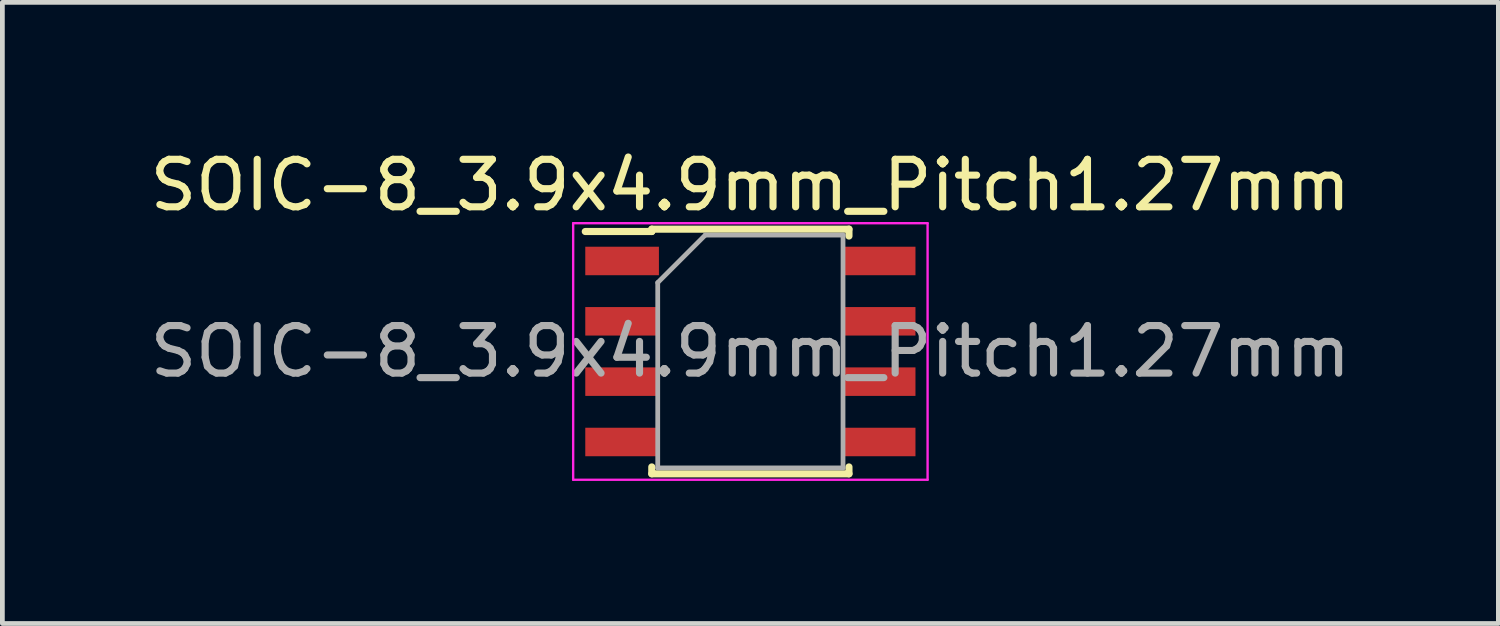
<source format=kicad_pcb>
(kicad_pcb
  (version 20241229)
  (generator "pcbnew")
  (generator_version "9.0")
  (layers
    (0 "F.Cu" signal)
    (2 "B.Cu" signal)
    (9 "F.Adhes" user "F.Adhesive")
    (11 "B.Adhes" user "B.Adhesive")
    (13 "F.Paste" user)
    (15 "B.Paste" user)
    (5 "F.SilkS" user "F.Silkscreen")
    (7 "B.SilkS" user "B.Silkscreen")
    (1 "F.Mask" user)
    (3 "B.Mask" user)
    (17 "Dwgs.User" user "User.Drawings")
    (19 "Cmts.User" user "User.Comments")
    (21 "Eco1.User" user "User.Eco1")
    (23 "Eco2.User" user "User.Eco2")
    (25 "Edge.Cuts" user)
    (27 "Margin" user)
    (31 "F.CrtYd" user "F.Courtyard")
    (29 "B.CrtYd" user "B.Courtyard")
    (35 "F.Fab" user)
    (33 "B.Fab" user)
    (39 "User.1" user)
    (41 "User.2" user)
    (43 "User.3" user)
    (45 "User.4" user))
  (footprint "SOIC-8_3.9x4.9mm_Pitch1.27mm"
    (layer "F.Cu")
    (at 12.744 4.348)
    (property "Reference" "SOIC-8_3.9x4.9mm_Pitch1.27mm" (at 0 -3.5 0) (layer "F.SilkS") (effects (font (size 1 1) (thickness 0.15))))
    (attr smd)
    (fp_line (start -2.075 -2.575) (end -2.075 -2.525) (stroke (width 0.15) (type solid)) (layer "F.SilkS"))
    (fp_line (start -2.075 -2.575) (end 2.075 -2.575) (stroke (width 0.15) (type solid)) (layer "F.SilkS"))
    (fp_line (start -2.075 -2.525) (end -3.475 -2.525) (stroke (width 0.15) (type solid)) (layer "F.SilkS"))
    (fp_line (start -2.075 2.575) (end -2.075 2.43) (stroke (width 0.15) (type solid)) (layer "F.SilkS"))
    (fp_line (start -2.075 2.575) (end 2.075 2.575) (stroke (width 0.15) (type solid)) (layer "F.SilkS"))
    (fp_line (start 2.075 -2.575) (end 2.075 -2.43) (stroke (width 0.15) (type solid)) (layer "F.SilkS"))
    (fp_line (start 2.075 2.575) (end 2.075 2.43) (stroke (width 0.15) (type solid)) (layer "F.SilkS"))
    (fp_line (start -3.73 -2.7) (end -3.73 2.7) (stroke (width 0.05) (type solid)) (layer "F.CrtYd"))
    (fp_line (start -3.73 -2.7) (end 3.73 -2.7) (stroke (width 0.05) (type solid)) (layer "F.CrtYd"))
    (fp_line (start -3.73 2.7) (end 3.73 2.7) (stroke (width 0.05) (type solid)) (layer "F.CrtYd"))
    (fp_line (start 3.73 -2.7) (end 3.73 2.7) (stroke (width 0.05) (type solid)) (layer "F.CrtYd"))
    (fp_line (start -1.95 -1.45) (end -0.95 -2.45) (stroke (width 0.1) (type solid)) (layer "F.Fab"))
    (fp_line (start -1.95 2.45) (end -1.95 -1.45) (stroke (width 0.1) (type solid)) (layer "F.Fab"))
    (fp_line (start -0.95 -2.45) (end 1.95 -2.45) (stroke (width 0.1) (type solid)) (layer "F.Fab"))
    (fp_line (start 1.95 -2.45) (end 1.95 2.45) (stroke (width 0.1) (type solid)) (layer "F.Fab"))
    (fp_line (start 1.95 2.45) (end -1.95 2.45) (stroke (width 0.1) (type solid)) (layer "F.Fab"))
    (fp_text user "${REFERENCE}" (at 0 0 0) (layer "F.Fab") (effects (font (size 1 1) (thickness 0.15))))
    (pad "1" smd rect (at -2.7 -1.905) (size 1.55 0.6) (layers "F.Cu" "F.Mask" "F.Paste"))
    (pad "2" smd rect (at -2.7 -0.635) (size 1.55 0.6) (layers "F.Cu" "F.Mask" "F.Paste"))
    (pad "3" smd rect (at -2.7 0.635) (size 1.55 0.6) (layers "F.Cu" "F.Mask" "F.Paste"))
    (pad "4" smd rect (at -2.7 1.905) (size 1.55 0.6) (layers "F.Cu" "F.Mask" "F.Paste"))
    (pad "5" smd rect (at 2.7 1.905) (size 1.55 0.6) (layers "F.Cu" "F.Mask" "F.Paste"))
    (pad "6" smd rect (at 2.7 0.635) (size 1.55 0.6) (layers "F.Cu" "F.Mask" "F.Paste"))
    (pad "7" smd rect (at 2.7 -0.635) (size 1.55 0.6) (layers "F.Cu" "F.Mask" "F.Paste"))
    (pad "8" smd rect (at 2.7 -1.905) (size 1.55 0.6) (layers "F.Cu" "F.Mask" "F.Paste")))
  (gr_rect
    (start -3 -3)
    (end 28.488 10.073)
    (stroke (width 0.1) (type default))
    (fill no)
    (layer "Edge.Cuts")))
</source>
